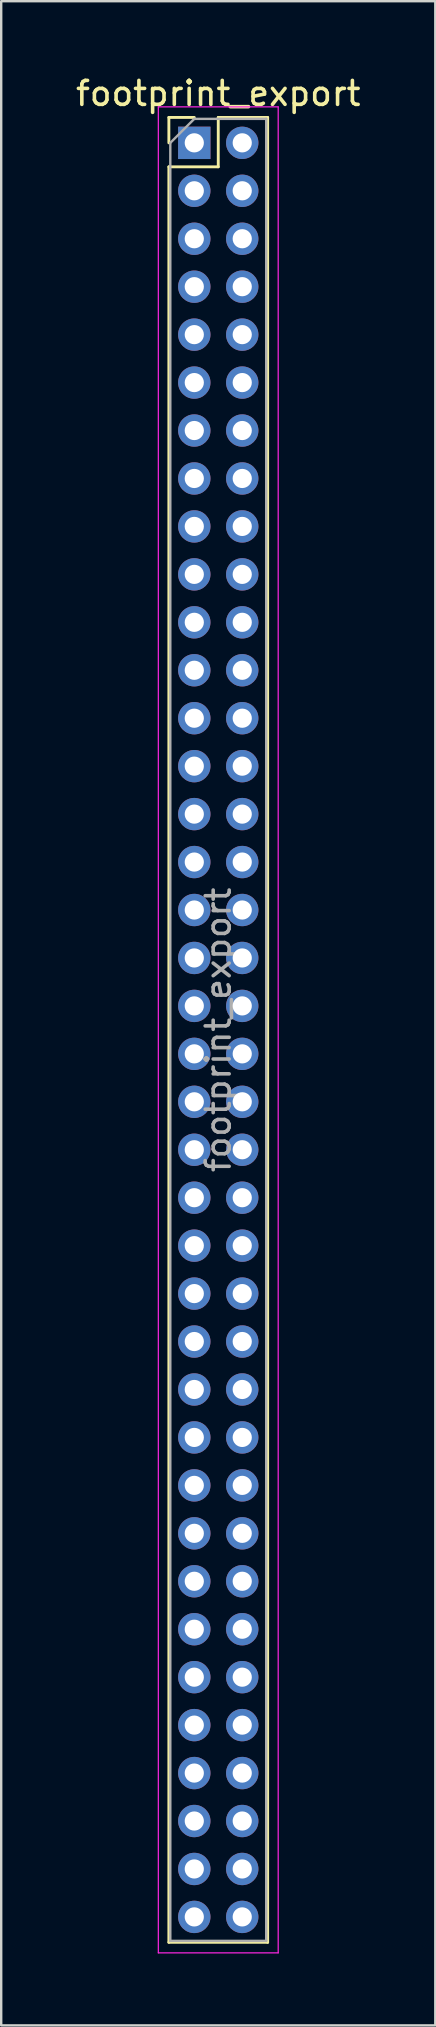
<source format=kicad_pcb>
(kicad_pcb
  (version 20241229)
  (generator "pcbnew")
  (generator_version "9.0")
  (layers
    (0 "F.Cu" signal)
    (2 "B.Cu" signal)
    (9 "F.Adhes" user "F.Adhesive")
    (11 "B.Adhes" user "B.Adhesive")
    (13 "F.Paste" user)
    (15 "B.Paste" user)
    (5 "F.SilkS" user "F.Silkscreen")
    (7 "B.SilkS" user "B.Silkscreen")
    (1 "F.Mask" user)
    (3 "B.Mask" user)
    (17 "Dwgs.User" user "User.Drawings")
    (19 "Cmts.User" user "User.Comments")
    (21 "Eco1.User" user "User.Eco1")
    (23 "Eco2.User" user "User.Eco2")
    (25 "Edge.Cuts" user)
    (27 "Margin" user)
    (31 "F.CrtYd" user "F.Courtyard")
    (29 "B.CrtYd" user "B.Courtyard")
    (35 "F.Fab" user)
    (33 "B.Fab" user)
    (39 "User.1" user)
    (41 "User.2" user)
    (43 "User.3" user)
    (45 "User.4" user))
  (footprint "footprint_export"
    (layer "F.Cu")
    (at 5.054 2.908)
    (property "Reference" "footprint_export" (at 1 -2.06 0) (layer "F.SilkS") (effects (font (size 1 1) (thickness 0.15))))
    (attr through_hole)
    (fp_line (start -1.06 -1.06) (end 0 -1.06) (stroke (width 0.12) (type solid)) (layer "F.SilkS"))
    (fp_line (start -1.06 0) (end -1.06 -1.06) (stroke (width 0.12) (type solid)) (layer "F.SilkS"))
    (fp_line (start -1.06 1) (end -1.06 75.06) (stroke (width 0.12) (type solid)) (layer "F.SilkS"))
    (fp_line (start -1.06 1) (end 1 1) (stroke (width 0.12) (type solid)) (layer "F.SilkS"))
    (fp_line (start -1.06 75.06) (end 3.06 75.06) (stroke (width 0.12) (type solid)) (layer "F.SilkS"))
    (fp_line (start 1 -1.06) (end 3.06 -1.06) (stroke (width 0.12) (type solid)) (layer "F.SilkS"))
    (fp_line (start 1 1) (end 1 -1.06) (stroke (width 0.12) (type solid)) (layer "F.SilkS"))
    (fp_line (start 3.06 -1.06) (end 3.06 75.06) (stroke (width 0.12) (type solid)) (layer "F.SilkS"))
    (fp_line (start -1.5 -1.5) (end -1.5 75.5) (stroke (width 0.05) (type solid)) (layer "F.CrtYd"))
    (fp_line (start -1.5 75.5) (end 3.5 75.5) (stroke (width 0.05) (type solid)) (layer "F.CrtYd"))
    (fp_line (start 3.5 -1.5) (end -1.5 -1.5) (stroke (width 0.05) (type solid)) (layer "F.CrtYd"))
    (fp_line (start 3.5 75.5) (end 3.5 -1.5) (stroke (width 0.05) (type solid)) (layer "F.CrtYd"))
    (fp_line (start -1 0) (end 0 -1) (stroke (width 0.1) (type solid)) (layer "F.Fab"))
    (fp_line (start -1 75) (end -1 0) (stroke (width 0.1) (type solid)) (layer "F.Fab"))
    (fp_line (start 0 -1) (end 3 -1) (stroke (width 0.1) (type solid)) (layer "F.Fab"))
    (fp_line (start 3 -1) (end 3 75) (stroke (width 0.1) (type solid)) (layer "F.Fab"))
    (fp_line (start 3 75) (end -1 75) (stroke (width 0.1) (type solid)) (layer "F.Fab"))
    (fp_text user "${REFERENCE}" (at 1 37 90) (layer "F.Fab") (effects (font (size 1 1) (thickness 0.15))))
    (pad "1" thru_hole rect (at 0 0) (size 1.35 1.35) (drill 0.8) (layers "*.Cu" "*.Mask"))
    (pad "2" thru_hole oval (at 2 0) (size 1.35 1.35) (drill 0.8) (layers "*.Cu" "*.Mask"))
    (pad "3" thru_hole oval (at 0 2) (size 1.35 1.35) (drill 0.8) (layers "*.Cu" "*.Mask"))
    (pad "4" thru_hole oval (at 2 2) (size 1.35 1.35) (drill 0.8) (layers "*.Cu" "*.Mask"))
    (pad "5" thru_hole oval (at 0 4) (size 1.35 1.35) (drill 0.8) (layers "*.Cu" "*.Mask"))
    (pad "6" thru_hole oval (at 2 4) (size 1.35 1.35) (drill 0.8) (layers "*.Cu" "*.Mask"))
    (pad "7" thru_hole oval (at 0 6) (size 1.35 1.35) (drill 0.8) (layers "*.Cu" "*.Mask"))
    (pad "8" thru_hole oval (at 2 6) (size 1.35 1.35) (drill 0.8) (layers "*.Cu" "*.Mask"))
    (pad "9" thru_hole oval (at 0 8) (size 1.35 1.35) (drill 0.8) (layers "*.Cu" "*.Mask"))
    (pad "10" thru_hole oval (at 2 8) (size 1.35 1.35) (drill 0.8) (layers "*.Cu" "*.Mask"))
    (pad "11" thru_hole oval (at 0 10) (size 1.35 1.35) (drill 0.8) (layers "*.Cu" "*.Mask"))
    (pad "12" thru_hole oval (at 2 10) (size 1.35 1.35) (drill 0.8) (layers "*.Cu" "*.Mask"))
    (pad "13" thru_hole oval (at 0 12) (size 1.35 1.35) (drill 0.8) (layers "*.Cu" "*.Mask"))
    (pad "14" thru_hole oval (at 2 12) (size 1.35 1.35) (drill 0.8) (layers "*.Cu" "*.Mask"))
    (pad "15" thru_hole oval (at 0 14) (size 1.35 1.35) (drill 0.8) (layers "*.Cu" "*.Mask"))
    (pad "16" thru_hole oval (at 2 14) (size 1.35 1.35) (drill 0.8) (layers "*.Cu" "*.Mask"))
    (pad "17" thru_hole oval (at 0 16) (size 1.35 1.35) (drill 0.8) (layers "*.Cu" "*.Mask"))
    (pad "18" thru_hole oval (at 2 16) (size 1.35 1.35) (drill 0.8) (layers "*.Cu" "*.Mask"))
    (pad "19" thru_hole oval (at 0 18) (size 1.35 1.35) (drill 0.8) (layers "*.Cu" "*.Mask"))
    (pad "20" thru_hole oval (at 2 18) (size 1.35 1.35) (drill 0.8) (layers "*.Cu" "*.Mask"))
    (pad "21" thru_hole oval (at 0 20) (size 1.35 1.35) (drill 0.8) (layers "*.Cu" "*.Mask"))
    (pad "22" thru_hole oval (at 2 20) (size 1.35 1.35) (drill 0.8) (layers "*.Cu" "*.Mask"))
    (pad "23" thru_hole oval (at 0 22) (size 1.35 1.35) (drill 0.8) (layers "*.Cu" "*.Mask"))
    (pad "24" thru_hole oval (at 2 22) (size 1.35 1.35) (drill 0.8) (layers "*.Cu" "*.Mask"))
    (pad "25" thru_hole oval (at 0 24) (size 1.35 1.35) (drill 0.8) (layers "*.Cu" "*.Mask"))
    (pad "26" thru_hole oval (at 2 24) (size 1.35 1.35) (drill 0.8) (layers "*.Cu" "*.Mask"))
    (pad "27" thru_hole oval (at 0 26) (size 1.35 1.35) (drill 0.8) (layers "*.Cu" "*.Mask"))
    (pad "28" thru_hole oval (at 2 26) (size 1.35 1.35) (drill 0.8) (layers "*.Cu" "*.Mask"))
    (pad "29" thru_hole oval (at 0 28) (size 1.35 1.35) (drill 0.8) (layers "*.Cu" "*.Mask"))
    (pad "30" thru_hole oval (at 2 28) (size 1.35 1.35) (drill 0.8) (layers "*.Cu" "*.Mask"))
    (pad "31" thru_hole oval (at 0 30) (size 1.35 1.35) (drill 0.8) (layers "*.Cu" "*.Mask"))
    (pad "32" thru_hole oval (at 2 30) (size 1.35 1.35) (drill 0.8) (layers "*.Cu" "*.Mask"))
    (pad "33" thru_hole oval (at 0 32) (size 1.35 1.35) (drill 0.8) (layers "*.Cu" "*.Mask"))
    (pad "34" thru_hole oval (at 2 32) (size 1.35 1.35) (drill 0.8) (layers "*.Cu" "*.Mask"))
    (pad "35" thru_hole oval (at 0 34) (size 1.35 1.35) (drill 0.8) (layers "*.Cu" "*.Mask"))
    (pad "36" thru_hole oval (at 2 34) (size 1.35 1.35) (drill 0.8) (layers "*.Cu" "*.Mask"))
    (pad "37" thru_hole oval (at 0 36) (size 1.35 1.35) (drill 0.8) (layers "*.Cu" "*.Mask"))
    (pad "38" thru_hole oval (at 2 36) (size 1.35 1.35) (drill 0.8) (layers "*.Cu" "*.Mask"))
    (pad "39" thru_hole oval (at 0 38) (size 1.35 1.35) (drill 0.8) (layers "*.Cu" "*.Mask"))
    (pad "40" thru_hole oval (at 2 38) (size 1.35 1.35) (drill 0.8) (layers "*.Cu" "*.Mask"))
    (pad "41" thru_hole oval (at 0 40) (size 1.35 1.35) (drill 0.8) (layers "*.Cu" "*.Mask"))
    (pad "42" thru_hole oval (at 2 40) (size 1.35 1.35) (drill 0.8) (layers "*.Cu" "*.Mask"))
    (pad "43" thru_hole oval (at 0 42) (size 1.35 1.35) (drill 0.8) (layers "*.Cu" "*.Mask"))
    (pad "44" thru_hole oval (at 2 42) (size 1.35 1.35) (drill 0.8) (layers "*.Cu" "*.Mask"))
    (pad "45" thru_hole oval (at 0 44) (size 1.35 1.35) (drill 0.8) (layers "*.Cu" "*.Mask"))
    (pad "46" thru_hole oval (at 2 44) (size 1.35 1.35) (drill 0.8) (layers "*.Cu" "*.Mask"))
    (pad "47" thru_hole oval (at 0 46) (size 1.35 1.35) (drill 0.8) (layers "*.Cu" "*.Mask"))
    (pad "48" thru_hole oval (at 2 46) (size 1.35 1.35) (drill 0.8) (layers "*.Cu" "*.Mask"))
    (pad "49" thru_hole oval (at 0 48) (size 1.35 1.35) (drill 0.8) (layers "*.Cu" "*.Mask"))
    (pad "50" thru_hole oval (at 2 48) (size 1.35 1.35) (drill 0.8) (layers "*.Cu" "*.Mask"))
    (pad "51" thru_hole oval (at 0 50) (size 1.35 1.35) (drill 0.8) (layers "*.Cu" "*.Mask"))
    (pad "52" thru_hole oval (at 2 50) (size 1.35 1.35) (drill 0.8) (layers "*.Cu" "*.Mask"))
    (pad "53" thru_hole oval (at 0 52) (size 1.35 1.35) (drill 0.8) (layers "*.Cu" "*.Mask"))
    (pad "54" thru_hole oval (at 2 52) (size 1.35 1.35) (drill 0.8) (layers "*.Cu" "*.Mask"))
    (pad "55" thru_hole oval (at 0 54) (size 1.35 1.35) (drill 0.8) (layers "*.Cu" "*.Mask"))
    (pad "56" thru_hole oval (at 2 54) (size 1.35 1.35) (drill 0.8) (layers "*.Cu" "*.Mask"))
    (pad "57" thru_hole oval (at 0 56) (size 1.35 1.35) (drill 0.8) (layers "*.Cu" "*.Mask"))
    (pad "58" thru_hole oval (at 2 56) (size 1.35 1.35) (drill 0.8) (layers "*.Cu" "*.Mask"))
    (pad "59" thru_hole oval (at 0 58) (size 1.35 1.35) (drill 0.8) (layers "*.Cu" "*.Mask"))
    (pad "60" thru_hole oval (at 2 58) (size 1.35 1.35) (drill 0.8) (layers "*.Cu" "*.Mask"))
    (pad "61" thru_hole oval (at 0 60) (size 1.35 1.35) (drill 0.8) (layers "*.Cu" "*.Mask"))
    (pad "62" thru_hole oval (at 2 60) (size 1.35 1.35) (drill 0.8) (layers "*.Cu" "*.Mask"))
    (pad "63" thru_hole oval (at 0 62) (size 1.35 1.35) (drill 0.8) (layers "*.Cu" "*.Mask"))
    (pad "64" thru_hole oval (at 2 62) (size 1.35 1.35) (drill 0.8) (layers "*.Cu" "*.Mask"))
    (pad "65" thru_hole oval (at 0 64) (size 1.35 1.35) (drill 0.8) (layers "*.Cu" "*.Mask"))
    (pad "66" thru_hole oval (at 2 64) (size 1.35 1.35) (drill 0.8) (layers "*.Cu" "*.Mask"))
    (pad "67" thru_hole oval (at 0 66) (size 1.35 1.35) (drill 0.8) (layers "*.Cu" "*.Mask"))
    (pad "68" thru_hole oval (at 2 66) (size 1.35 1.35) (drill 0.8) (layers "*.Cu" "*.Mask"))
    (pad "69" thru_hole oval (at 0 68) (size 1.35 1.35) (drill 0.8) (layers "*.Cu" "*.Mask"))
    (pad "70" thru_hole oval (at 2 68) (size 1.35 1.35) (drill 0.8) (layers "*.Cu" "*.Mask"))
    (pad "71" thru_hole oval (at 0 70) (size 1.35 1.35) (drill 0.8) (layers "*.Cu" "*.Mask"))
    (pad "72" thru_hole oval (at 2 70) (size 1.35 1.35) (drill 0.8) (layers "*.Cu" "*.Mask"))
    (pad "73" thru_hole oval (at 0 72) (size 1.35 1.35) (drill 0.8) (layers "*.Cu" "*.Mask"))
    (pad "74" thru_hole oval (at 2 72) (size 1.35 1.35) (drill 0.8) (layers "*.Cu" "*.Mask"))
    (pad "75" thru_hole oval (at 0 74) (size 1.35 1.35) (drill 0.8) (layers "*.Cu" "*.Mask"))
    (pad "76" thru_hole oval (at 2 74) (size 1.35 1.35) (drill 0.8) (layers "*.Cu" "*.Mask")))
  (gr_rect
    (start -3 -3)
    (end 15.107 81.433)
    (stroke (width 0.1) (type default))
    (fill no)
    (layer "Edge.Cuts")))
</source>
